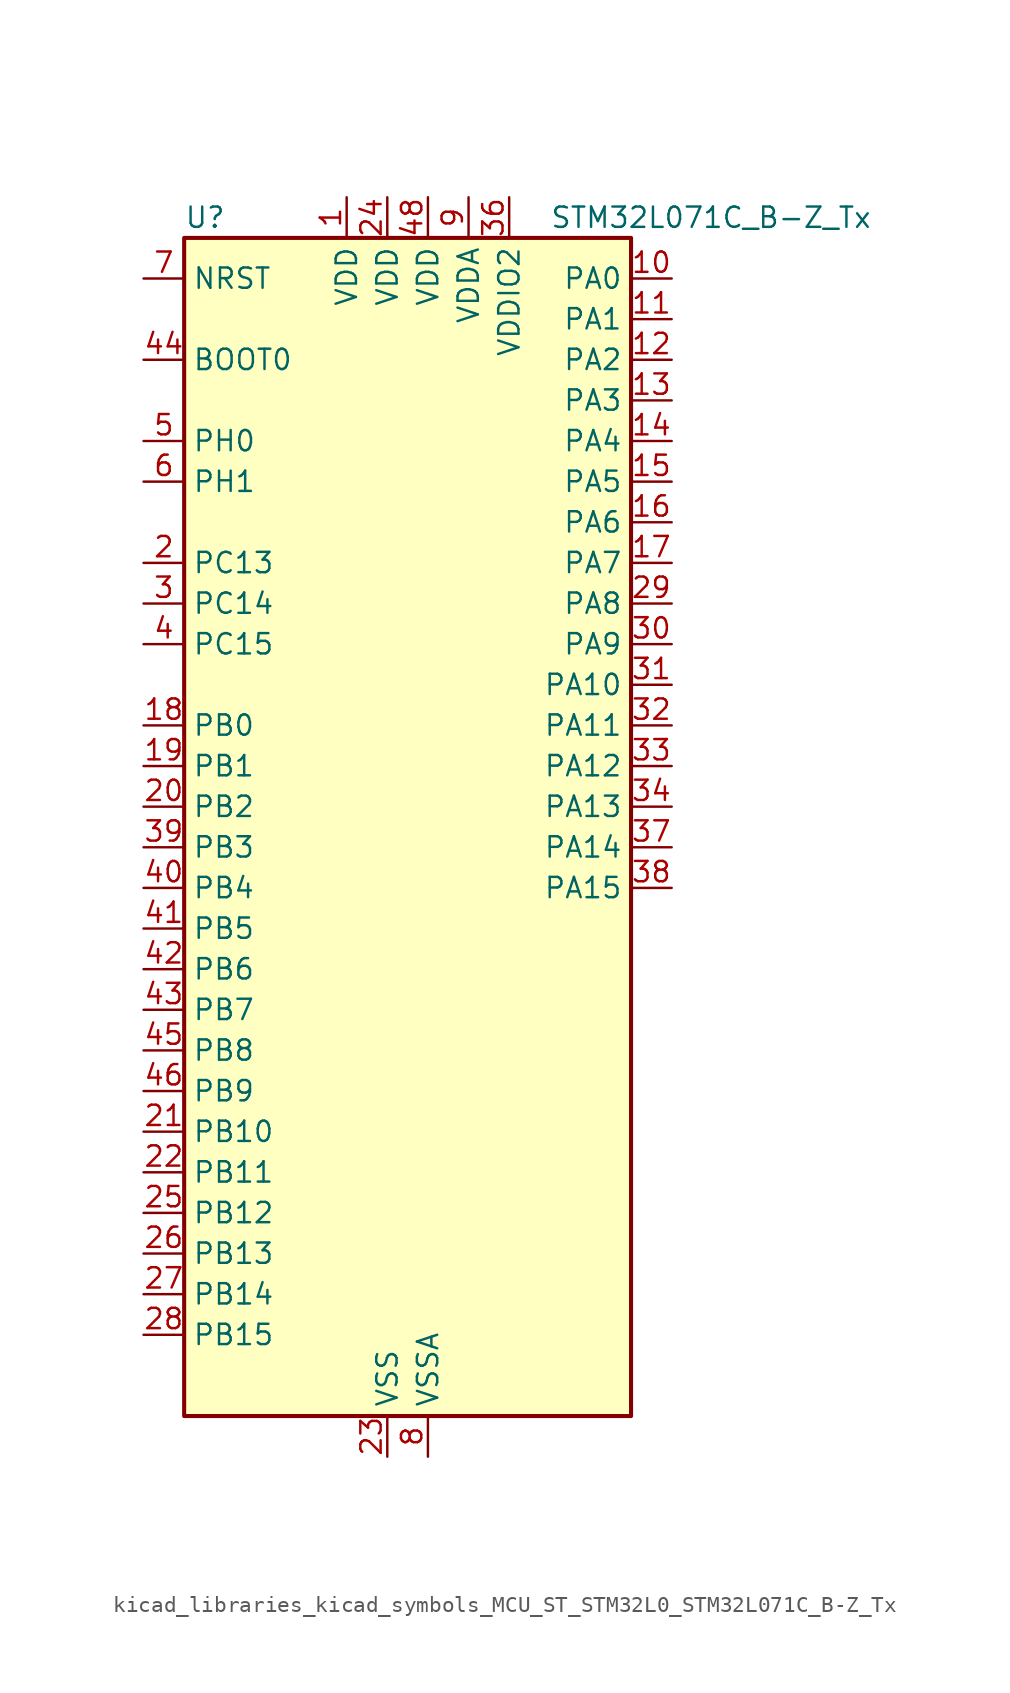
<source format=kicad_sym>
(kicad_symbol_lib
  (version 20220914)
  (generator kicad_symbol_editor)
  (symbol "kicad_libraries_kicad_symbols_MCU_ST_STM32L0_STM32L071C_B-Z_Tx"
    (property "Reference" "U"
      (at -12.7 39.37 0)
      (effects (font (size 1.27 1.27)) (justify left)))
    (property "Value" "STM32L071C_B-Z_Tx"
      (at 10.16 39.37 0)
      (effects (font (size 1.27 1.27)) (justify left)))
    (property "ki_locked" ""
      (at 0 0 0)
      (effects (font (size 1.27 1.27))))
    (symbol "kicad_libraries_kicad_symbols_MCU_ST_STM32L0_STM32L071C_B-Z_Tx_0_1"
      (rectangle (start -12.7 -35.56) (end 15.24 38.1) (stroke (width 0.254) (type default)) (fill (type background))))
    (symbol "kicad_libraries_kicad_symbols_MCU_ST_STM32L0_STM32L071C_B-Z_Tx_1_1"
      (pin power_in line (at -2.54 40.64 270) (length 2.54) (name "VDD" (effects (font (size 1.27 1.27)))) (number "1" (effects (font (size 1.27 1.27)))))
      (pin bidirectional line (at 17.78 35.56 180) (length 2.54) (name "PA0" (effects (font (size 1.27 1.27)))) (number "10" (effects (font (size 1.27 1.27)))) (alternate "ADC_IN0" bidirectional line) (alternate "COMP1_INM" bidirectional line) (alternate "COMP1_OUT" bidirectional line) (alternate "RTC_TAMP2" bidirectional line) (alternate "SYS_WKUP1" bidirectional line) (alternate "TIM2_CH1" bidirectional line) (alternate "TIM2_ETR" bidirectional line) (alternate "USART2_CTS" bidirectional line) (alternate "USART4_TX" bidirectional line))
      (pin bidirectional line (at 17.78 33.02 180) (length 2.54) (name "PA1" (effects (font (size 1.27 1.27)))) (number "11" (effects (font (size 1.27 1.27)))) (alternate "ADC_IN1" bidirectional line) (alternate "COMP1_INP" bidirectional line) (alternate "TIM21_ETR" bidirectional line) (alternate "TIM2_CH2" bidirectional line) (alternate "USART2_DE" bidirectional line) (alternate "USART2_RTS" bidirectional line) (alternate "USART4_RX" bidirectional line))
      (pin bidirectional line (at 17.78 30.48 180) (length 2.54) (name "PA2" (effects (font (size 1.27 1.27)))) (number "12" (effects (font (size 1.27 1.27)))) (alternate "ADC_IN2" bidirectional line) (alternate "COMP2_INM" bidirectional line) (alternate "COMP2_OUT" bidirectional line) (alternate "LPUART1_TX" bidirectional line) (alternate "TIM21_CH1" bidirectional line) (alternate "TIM2_CH3" bidirectional line) (alternate "USART2_TX" bidirectional line))
      (pin bidirectional line (at 17.78 27.94 180) (length 2.54) (name "PA3" (effects (font (size 1.27 1.27)))) (number "13" (effects (font (size 1.27 1.27)))) (alternate "ADC_IN3" bidirectional line) (alternate "COMP2_INP" bidirectional line) (alternate "LPUART1_RX" bidirectional line) (alternate "TIM21_CH2" bidirectional line) (alternate "TIM2_CH4" bidirectional line) (alternate "USART2_RX" bidirectional line))
      (pin bidirectional line (at 17.78 25.4 180) (length 2.54) (name "PA4" (effects (font (size 1.27 1.27)))) (number "14" (effects (font (size 1.27 1.27)))) (alternate "ADC_IN4" bidirectional line) (alternate "COMP1_INM" bidirectional line) (alternate "COMP2_INM" bidirectional line) (alternate "SPI1_NSS" bidirectional line) (alternate "TIM22_ETR" bidirectional line) (alternate "USART2_CK" bidirectional line))
      (pin bidirectional line (at 17.78 22.86 180) (length 2.54) (name "PA5" (effects (font (size 1.27 1.27)))) (number "15" (effects (font (size 1.27 1.27)))) (alternate "ADC_IN5" bidirectional line) (alternate "COMP1_INM" bidirectional line) (alternate "COMP2_INM" bidirectional line) (alternate "SPI1_SCK" bidirectional line) (alternate "TIM2_CH1" bidirectional line) (alternate "TIM2_ETR" bidirectional line))
      (pin bidirectional line (at 17.78 20.32 180) (length 2.54) (name "PA6" (effects (font (size 1.27 1.27)))) (number "16" (effects (font (size 1.27 1.27)))) (alternate "ADC_IN6" bidirectional line) (alternate "COMP1_OUT" bidirectional line) (alternate "LPUART1_CTS" bidirectional line) (alternate "SPI1_MISO" bidirectional line) (alternate "TIM22_CH1" bidirectional line) (alternate "TIM3_CH1" bidirectional line))
      (pin bidirectional line (at 17.78 17.78 180) (length 2.54) (name "PA7" (effects (font (size 1.27 1.27)))) (number "17" (effects (font (size 1.27 1.27)))) (alternate "ADC_IN7" bidirectional line) (alternate "COMP2_OUT" bidirectional line) (alternate "SPI1_MOSI" bidirectional line) (alternate "TIM22_CH2" bidirectional line) (alternate "TIM3_CH2" bidirectional line))
      (pin bidirectional line (at -15.24 7.62 0) (length 2.54) (name "PB0" (effects (font (size 1.27 1.27)))) (number "18" (effects (font (size 1.27 1.27)))) (alternate "ADC_IN8" bidirectional line) (alternate "SYS_VREF_OUT_PB0" bidirectional line) (alternate "TIM3_CH3" bidirectional line))
      (pin bidirectional line (at -15.24 5.08 0) (length 2.54) (name "PB1" (effects (font (size 1.27 1.27)))) (number "19" (effects (font (size 1.27 1.27)))) (alternate "ADC_IN9" bidirectional line) (alternate "LPUART1_DE" bidirectional line) (alternate "LPUART1_RTS" bidirectional line) (alternate "SYS_VREF_OUT_PB1" bidirectional line) (alternate "TIM3_CH4" bidirectional line))
      (pin bidirectional line (at -15.24 17.78 0) (length 2.54) (name "PC13" (effects (font (size 1.27 1.27)))) (number "2" (effects (font (size 1.27 1.27)))) (alternate "RTC_OUT_ALARM" bidirectional line) (alternate "RTC_OUT_CALIB" bidirectional line) (alternate "RTC_TAMP1" bidirectional line) (alternate "RTC_TS" bidirectional line) (alternate "SYS_WKUP2" bidirectional line))
      (pin bidirectional line (at -15.24 2.54 0) (length 2.54) (name "PB2" (effects (font (size 1.27 1.27)))) (number "20" (effects (font (size 1.27 1.27)))) (alternate "I2C3_SMBA" bidirectional line) (alternate "LPTIM1_OUT" bidirectional line))
      (pin bidirectional line (at -15.24 -17.78 0) (length 2.54) (name "PB10" (effects (font (size 1.27 1.27)))) (number "21" (effects (font (size 1.27 1.27)))) (alternate "I2C2_SCL" bidirectional line) (alternate "LPUART1_RX" bidirectional line) (alternate "LPUART1_TX" bidirectional line) (alternate "SPI2_SCK" bidirectional line) (alternate "TIM2_CH3" bidirectional line))
      (pin bidirectional line (at -15.24 -20.32 0) (length 2.54) (name "PB11" (effects (font (size 1.27 1.27)))) (number "22" (effects (font (size 1.27 1.27)))) (alternate "ADC_EXTI11" bidirectional line) (alternate "I2C2_SDA" bidirectional line) (alternate "LPUART1_RX" bidirectional line) (alternate "LPUART1_TX" bidirectional line) (alternate "TIM2_CH4" bidirectional line))
      (pin power_in line (at 0 -38.1 90) (length 2.54) (name "VSS" (effects (font (size 1.27 1.27)))) (number "23" (effects (font (size 1.27 1.27)))))
      (pin power_in line (at 0 40.64 270) (length 2.54) (name "VDD" (effects (font (size 1.27 1.27)))) (number "24" (effects (font (size 1.27 1.27)))))
      (pin bidirectional line (at -15.24 -22.86 0) (length 2.54) (name "PB12" (effects (font (size 1.27 1.27)))) (number "25" (effects (font (size 1.27 1.27)))) (alternate "I2S2_WS" bidirectional line) (alternate "LPUART1_DE" bidirectional line) (alternate "LPUART1_RTS" bidirectional line) (alternate "SPI2_NSS" bidirectional line))
      (pin bidirectional line (at -15.24 -25.4 0) (length 2.54) (name "PB13" (effects (font (size 1.27 1.27)))) (number "26" (effects (font (size 1.27 1.27)))) (alternate "I2C2_SCL" bidirectional line) (alternate "I2S2_CK" bidirectional line) (alternate "LPUART1_CTS" bidirectional line) (alternate "RCC_MCO" bidirectional line) (alternate "SPI2_SCK" bidirectional line) (alternate "TIM21_CH1" bidirectional line))
      (pin bidirectional line (at -15.24 -27.94 0) (length 2.54) (name "PB14" (effects (font (size 1.27 1.27)))) (number "27" (effects (font (size 1.27 1.27)))) (alternate "I2C2_SDA" bidirectional line) (alternate "I2S2_MCK" bidirectional line) (alternate "LPUART1_DE" bidirectional line) (alternate "LPUART1_RTS" bidirectional line) (alternate "RTC_OUT_ALARM" bidirectional line) (alternate "RTC_OUT_CALIB" bidirectional line) (alternate "SPI2_MISO" bidirectional line) (alternate "TIM21_CH2" bidirectional line))
      (pin bidirectional line (at -15.24 -30.48 0) (length 2.54) (name "PB15" (effects (font (size 1.27 1.27)))) (number "28" (effects (font (size 1.27 1.27)))) (alternate "I2S2_SD" bidirectional line) (alternate "RTC_REFIN" bidirectional line) (alternate "SPI2_MOSI" bidirectional line))
      (pin bidirectional line (at 17.78 15.24 180) (length 2.54) (name "PA8" (effects (font (size 1.27 1.27)))) (number "29" (effects (font (size 1.27 1.27)))) (alternate "I2C3_SCL" bidirectional line) (alternate "RCC_MCO" bidirectional line) (alternate "USART1_CK" bidirectional line))
      (pin bidirectional line (at -15.24 15.24 0) (length 2.54) (name "PC14" (effects (font (size 1.27 1.27)))) (number "3" (effects (font (size 1.27 1.27)))) (alternate "RCC_OSC32_IN" bidirectional line))
      (pin bidirectional line (at 17.78 12.7 180) (length 2.54) (name "PA9" (effects (font (size 1.27 1.27)))) (number "30" (effects (font (size 1.27 1.27)))) (alternate "I2C1_SCL" bidirectional line) (alternate "I2C3_SMBA" bidirectional line) (alternate "RCC_MCO" bidirectional line) (alternate "USART1_TX" bidirectional line))
      (pin bidirectional line (at 17.78 10.16 180) (length 2.54) (name "PA10" (effects (font (size 1.27 1.27)))) (number "31" (effects (font (size 1.27 1.27)))) (alternate "I2C1_SDA" bidirectional line) (alternate "USART1_RX" bidirectional line))
      (pin bidirectional line (at 17.78 7.62 180) (length 2.54) (name "PA11" (effects (font (size 1.27 1.27)))) (number "32" (effects (font (size 1.27 1.27)))) (alternate "ADC_EXTI11" bidirectional line) (alternate "COMP1_OUT" bidirectional line) (alternate "SPI1_MISO" bidirectional line) (alternate "USART1_CTS" bidirectional line))
      (pin bidirectional line (at 17.78 5.08 180) (length 2.54) (name "PA12" (effects (font (size 1.27 1.27)))) (number "33" (effects (font (size 1.27 1.27)))) (alternate "COMP2_OUT" bidirectional line) (alternate "SPI1_MOSI" bidirectional line) (alternate "USART1_DE" bidirectional line) (alternate "USART1_RTS" bidirectional line))
      (pin bidirectional line (at 17.78 2.54 180) (length 2.54) (name "PA13" (effects (font (size 1.27 1.27)))) (number "34" (effects (font (size 1.27 1.27)))) (alternate "LPUART1_RX" bidirectional line) (alternate "SYS_SWDIO" bidirectional line))
      (pin passive line (at 0 -38.1 90) (length 2.54) hide (name "VSS" (effects (font (size 1.27 1.27)))) (number "35" (effects (font (size 1.27 1.27)))))
      (pin power_in line (at 7.62 40.64 270) (length 2.54) (name "VDDIO2" (effects (font (size 1.27 1.27)))) (number "36" (effects (font (size 1.27 1.27)))))
      (pin bidirectional line (at 17.78 0 180) (length 2.54) (name "PA14" (effects (font (size 1.27 1.27)))) (number "37" (effects (font (size 1.27 1.27)))) (alternate "LPUART1_TX" bidirectional line) (alternate "SYS_SWCLK" bidirectional line) (alternate "USART2_TX" bidirectional line))
      (pin bidirectional line (at 17.78 -2.54 180) (length 2.54) (name "PA15" (effects (font (size 1.27 1.27)))) (number "38" (effects (font (size 1.27 1.27)))) (alternate "SPI1_NSS" bidirectional line) (alternate "TIM2_CH1" bidirectional line) (alternate "TIM2_ETR" bidirectional line) (alternate "USART2_RX" bidirectional line) (alternate "USART4_DE" bidirectional line) (alternate "USART4_RTS" bidirectional line))
      (pin bidirectional line (at -15.24 0 0) (length 2.54) (name "PB3" (effects (font (size 1.27 1.27)))) (number "39" (effects (font (size 1.27 1.27)))) (alternate "COMP2_INM" bidirectional line) (alternate "SPI1_SCK" bidirectional line) (alternate "TIM2_CH2" bidirectional line) (alternate "USART1_DE" bidirectional line) (alternate "USART1_RTS" bidirectional line) (alternate "USART5_TX" bidirectional line))
      (pin bidirectional line (at -15.24 12.7 0) (length 2.54) (name "PC15" (effects (font (size 1.27 1.27)))) (number "4" (effects (font (size 1.27 1.27)))) (alternate "RCC_OSC32_OUT" bidirectional line))
      (pin bidirectional line (at -15.24 -2.54 0) (length 2.54) (name "PB4" (effects (font (size 1.27 1.27)))) (number "40" (effects (font (size 1.27 1.27)))) (alternate "COMP2_INP" bidirectional line) (alternate "I2C3_SDA" bidirectional line) (alternate "SPI1_MISO" bidirectional line) (alternate "TIM22_CH1" bidirectional line) (alternate "TIM3_CH1" bidirectional line) (alternate "USART1_CTS" bidirectional line) (alternate "USART5_RX" bidirectional line))
      (pin bidirectional line (at -15.24 -5.08 0) (length 2.54) (name "PB5" (effects (font (size 1.27 1.27)))) (number "41" (effects (font (size 1.27 1.27)))) (alternate "COMP2_INP" bidirectional line) (alternate "I2C1_SMBA" bidirectional line) (alternate "LPTIM1_IN1" bidirectional line) (alternate "SPI1_MOSI" bidirectional line) (alternate "TIM22_CH2" bidirectional line) (alternate "TIM3_CH2" bidirectional line) (alternate "USART1_CK" bidirectional line) (alternate "USART5_CK" bidirectional line) (alternate "USART5_DE" bidirectional line) (alternate "USART5_RTS" bidirectional line))
      (pin bidirectional line (at -15.24 -7.62 0) (length 2.54) (name "PB6" (effects (font (size 1.27 1.27)))) (number "42" (effects (font (size 1.27 1.27)))) (alternate "COMP2_INP" bidirectional line) (alternate "I2C1_SCL" bidirectional line) (alternate "LPTIM1_ETR" bidirectional line) (alternate "USART1_TX" bidirectional line))
      (pin bidirectional line (at -15.24 -10.16 0) (length 2.54) (name "PB7" (effects (font (size 1.27 1.27)))) (number "43" (effects (font (size 1.27 1.27)))) (alternate "COMP2_INP" bidirectional line) (alternate "I2C1_SDA" bidirectional line) (alternate "LPTIM1_IN2" bidirectional line) (alternate "SYS_PVD_IN" bidirectional line) (alternate "USART1_RX" bidirectional line) (alternate "USART4_CTS" bidirectional line))
      (pin input line (at -15.24 30.48 0) (length 2.54) (name "BOOT0" (effects (font (size 1.27 1.27)))) (number "44" (effects (font (size 1.27 1.27)))))
      (pin bidirectional line (at -15.24 -12.7 0) (length 2.54) (name "PB8" (effects (font (size 1.27 1.27)))) (number "45" (effects (font (size 1.27 1.27)))) (alternate "I2C1_SCL" bidirectional line))
      (pin bidirectional line (at -15.24 -15.24 0) (length 2.54) (name "PB9" (effects (font (size 1.27 1.27)))) (number "46" (effects (font (size 1.27 1.27)))) (alternate "I2C1_SDA" bidirectional line) (alternate "I2S2_WS" bidirectional line) (alternate "SPI2_NSS" bidirectional line))
      (pin passive line (at 0 -38.1 90) (length 2.54) hide (name "VSS" (effects (font (size 1.27 1.27)))) (number "47" (effects (font (size 1.27 1.27)))))
      (pin power_in line (at 2.54 40.64 270) (length 2.54) (name "VDD" (effects (font (size 1.27 1.27)))) (number "48" (effects (font (size 1.27 1.27)))))
      (pin bidirectional line (at -15.24 25.4 0) (length 2.54) (name "PH0" (effects (font (size 1.27 1.27)))) (number "5" (effects (font (size 1.27 1.27)))) (alternate "RCC_OSC_IN" bidirectional line))
      (pin bidirectional line (at -15.24 22.86 0) (length 2.54) (name "PH1" (effects (font (size 1.27 1.27)))) (number "6" (effects (font (size 1.27 1.27)))) (alternate "RCC_OSC_OUT" bidirectional line))
      (pin input line (at -15.24 35.56 0) (length 2.54) (name "NRST" (effects (font (size 1.27 1.27)))) (number "7" (effects (font (size 1.27 1.27)))))
      (pin power_in line (at 2.54 -38.1 90) (length 2.54) (name "VSSA" (effects (font (size 1.27 1.27)))) (number "8" (effects (font (size 1.27 1.27)))))
      (pin power_in line (at 5.08 40.64 270) (length 2.54) (name "VDDA" (effects (font (size 1.27 1.27)))) (number "9" (effects (font (size 1.27 1.27))))))))
</source>
